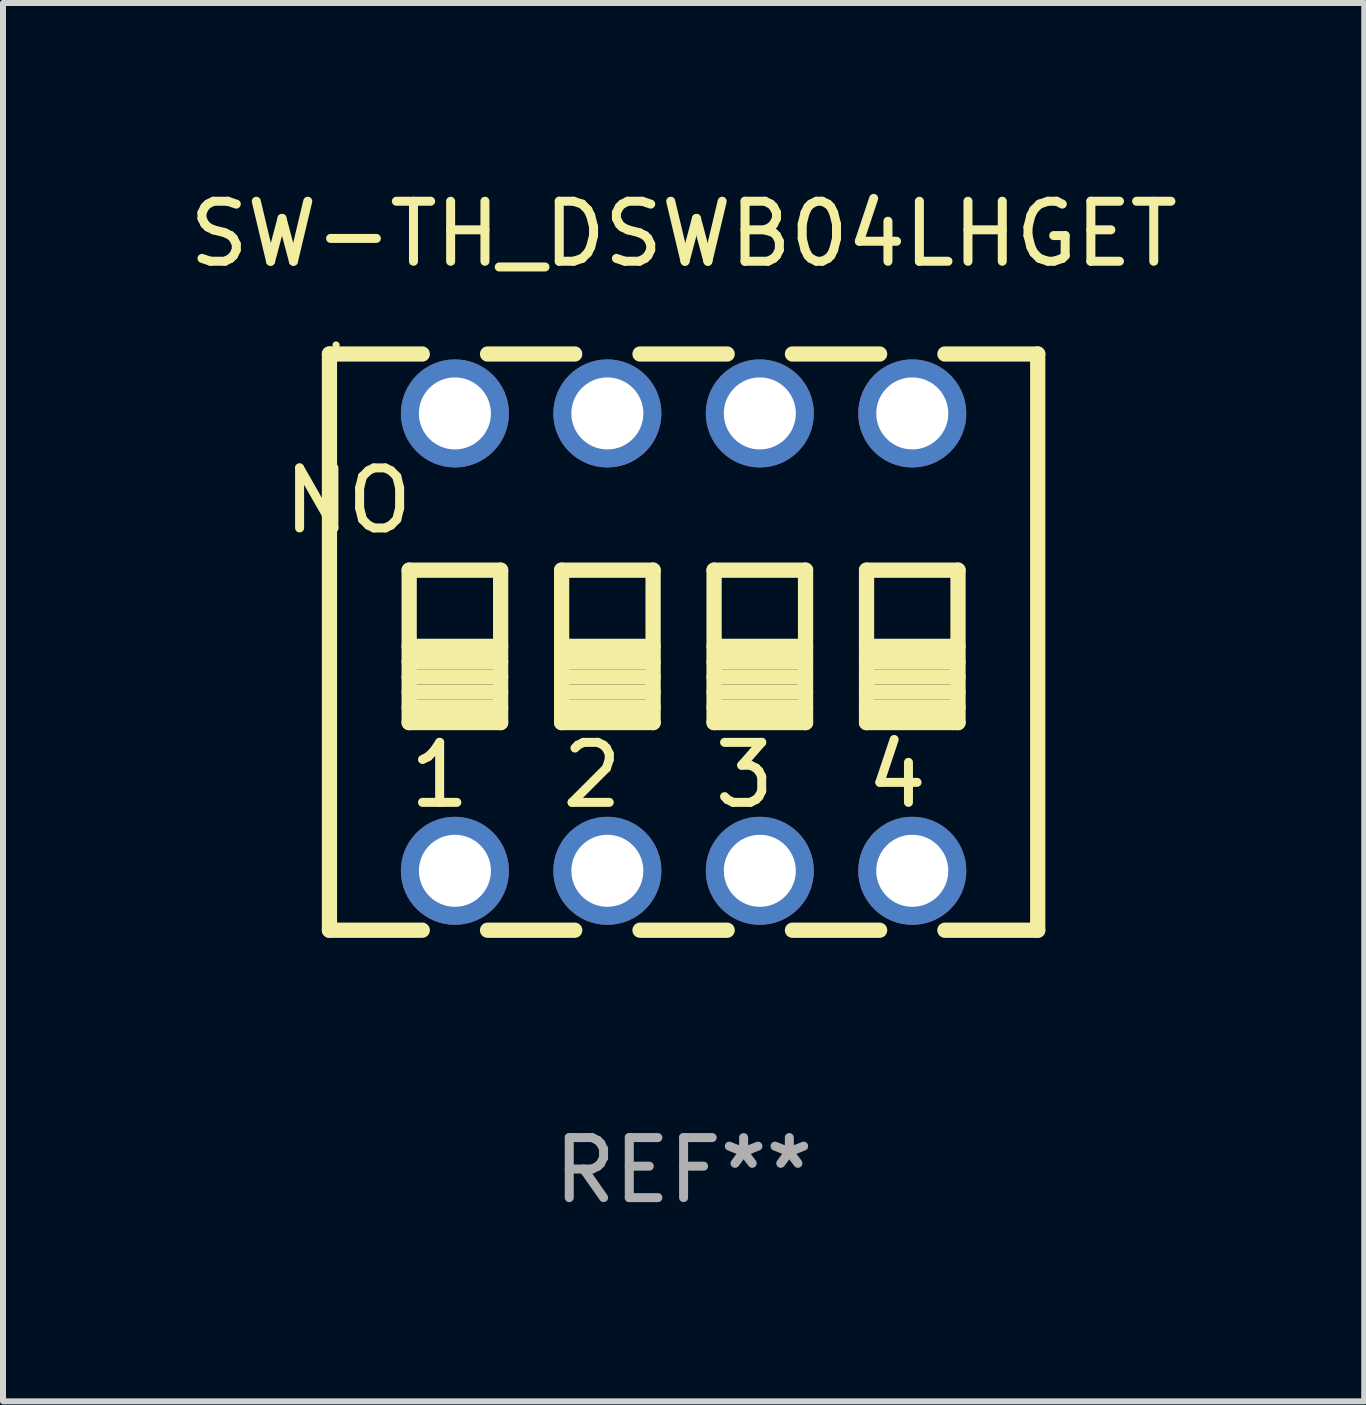
<source format=kicad_pcb>
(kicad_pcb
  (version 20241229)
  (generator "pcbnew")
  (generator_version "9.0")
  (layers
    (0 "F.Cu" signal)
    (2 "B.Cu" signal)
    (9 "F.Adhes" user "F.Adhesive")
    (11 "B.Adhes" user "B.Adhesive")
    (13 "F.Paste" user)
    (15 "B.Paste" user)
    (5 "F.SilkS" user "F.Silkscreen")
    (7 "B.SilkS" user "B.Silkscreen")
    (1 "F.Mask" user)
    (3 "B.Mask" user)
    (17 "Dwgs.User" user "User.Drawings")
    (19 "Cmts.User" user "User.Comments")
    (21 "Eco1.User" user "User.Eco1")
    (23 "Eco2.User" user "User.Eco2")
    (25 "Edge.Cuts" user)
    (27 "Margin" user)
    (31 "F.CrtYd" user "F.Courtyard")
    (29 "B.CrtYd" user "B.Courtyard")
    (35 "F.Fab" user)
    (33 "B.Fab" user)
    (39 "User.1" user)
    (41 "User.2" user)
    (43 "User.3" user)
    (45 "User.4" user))
  (footprint "SW-TH_DSWB04LHGET"
    (layer "F.Cu")
    (at 8.339 7.648)
    (property "Reference" "SW-TH_DSWB04LHGET" (at 0 -6.8 0) (layer "F.SilkS") (effects (font (size 1 1) (thickness 0.15))))
    (attr through_hole)
    (fp_line (start -5.9 -4.8) (end -4.354 -4.8) (stroke (width 0.254) (type solid)) (layer "F.SilkS"))
    (fp_line (start -5.9 4.8) (end -5.9 -4.8) (stroke (width 0.254) (type solid)) (layer "F.SilkS"))
    (fp_line (start -5.9 4.8) (end -4.354 4.8) (stroke (width 0.254) (type solid)) (layer "F.SilkS"))
    (fp_line (start -4.572 -1.199) (end -3.048 -1.199) (stroke (width 0.254) (type solid)) (layer "F.SilkS"))
    (fp_line (start -4.572 0.071) (end -3.048 0.071) (stroke (width 0.254) (type solid)) (layer "F.SilkS"))
    (fp_line (start -4.572 0.325) (end -3.048 0.325) (stroke (width 0.254) (type solid)) (layer "F.SilkS"))
    (fp_line (start -4.572 0.579) (end -3.048 0.579) (stroke (width 0.254) (type solid)) (layer "F.SilkS"))
    (fp_line (start -4.572 0.833) (end -3.048 0.833) (stroke (width 0.254) (type solid)) (layer "F.SilkS"))
    (fp_line (start -4.572 1.087) (end -3.048 1.087) (stroke (width 0.254) (type solid)) (layer "F.SilkS"))
    (fp_line (start -4.572 1.341) (end -4.572 -1.199) (stroke (width 0.254) (type solid)) (layer "F.SilkS"))
    (fp_line (start -3.266 4.8) (end -1.814 4.8) (stroke (width 0.254) (type solid)) (layer "F.SilkS"))
    (fp_line (start -3.266 -4.8) (end -1.814 -4.8) (stroke (width 0.254) (type solid)) (layer "F.SilkS"))
    (fp_line (start -3.048 -1.199) (end -3.048 1.341) (stroke (width 0.254) (type solid)) (layer "F.SilkS"))
    (fp_line (start -3.048 1.341) (end -4.572 1.341) (stroke (width 0.254) (type solid)) (layer "F.SilkS"))
    (fp_line (start -2.032 -1.199) (end -0.508 -1.199) (stroke (width 0.254) (type solid)) (layer "F.SilkS"))
    (fp_line (start -2.032 0.071) (end -0.508 0.071) (stroke (width 0.254) (type solid)) (layer "F.SilkS"))
    (fp_line (start -2.032 0.325) (end -0.508 0.325) (stroke (width 0.254) (type solid)) (layer "F.SilkS"))
    (fp_line (start -2.032 0.579) (end -0.508 0.579) (stroke (width 0.254) (type solid)) (layer "F.SilkS"))
    (fp_line (start -2.032 0.833) (end -0.508 0.833) (stroke (width 0.254) (type solid)) (layer "F.SilkS"))
    (fp_line (start -2.032 1.087) (end -0.508 1.087) (stroke (width 0.254) (type solid)) (layer "F.SilkS"))
    (fp_line (start -2.032 1.341) (end -2.032 -1.199) (stroke (width 0.254) (type solid)) (layer "F.SilkS"))
    (fp_line (start -0.726 4.8) (end 0.726 4.8) (stroke (width 0.254) (type solid)) (layer "F.SilkS"))
    (fp_line (start -0.726 -4.8) (end 0.726 -4.8) (stroke (width 0.254) (type solid)) (layer "F.SilkS"))
    (fp_line (start -0.508 -1.199) (end -0.508 1.341) (stroke (width 0.254) (type solid)) (layer "F.SilkS"))
    (fp_line (start -0.508 1.341) (end -2.032 1.341) (stroke (width 0.254) (type solid)) (layer "F.SilkS"))
    (fp_line (start 0.508 -1.199) (end 2.032 -1.199) (stroke (width 0.254) (type solid)) (layer "F.SilkS"))
    (fp_line (start 0.508 0.071) (end 2.032 0.071) (stroke (width 0.254) (type solid)) (layer "F.SilkS"))
    (fp_line (start 0.508 0.325) (end 2.032 0.325) (stroke (width 0.254) (type solid)) (layer "F.SilkS"))
    (fp_line (start 0.508 0.579) (end 2.032 0.579) (stroke (width 0.254) (type solid)) (layer "F.SilkS"))
    (fp_line (start 0.508 0.833) (end 2.032 0.833) (stroke (width 0.254) (type solid)) (layer "F.SilkS"))
    (fp_line (start 0.508 1.087) (end 2.032 1.087) (stroke (width 0.254) (type solid)) (layer "F.SilkS"))
    (fp_line (start 0.508 1.341) (end 0.508 -1.199) (stroke (width 0.254) (type solid)) (layer "F.SilkS"))
    (fp_line (start 1.814 4.8) (end 3.266 4.8) (stroke (width 0.254) (type solid)) (layer "F.SilkS"))
    (fp_line (start 1.814 -4.8) (end 3.266 -4.8) (stroke (width 0.254) (type solid)) (layer "F.SilkS"))
    (fp_line (start 2.032 -1.199) (end 2.032 1.341) (stroke (width 0.254) (type solid)) (layer "F.SilkS"))
    (fp_line (start 2.032 1.341) (end 0.508 1.341) (stroke (width 0.254) (type solid)) (layer "F.SilkS"))
    (fp_line (start 3.048 -1.199) (end 4.572 -1.199) (stroke (width 0.254) (type solid)) (layer "F.SilkS"))
    (fp_line (start 3.048 0.071) (end 4.572 0.071) (stroke (width 0.254) (type solid)) (layer "F.SilkS"))
    (fp_line (start 3.048 0.325) (end 4.572 0.325) (stroke (width 0.254) (type solid)) (layer "F.SilkS"))
    (fp_line (start 3.048 0.579) (end 4.572 0.579) (stroke (width 0.254) (type solid)) (layer "F.SilkS"))
    (fp_line (start 3.048 0.833) (end 4.572 0.833) (stroke (width 0.254) (type solid)) (layer "F.SilkS"))
    (fp_line (start 3.048 1.087) (end 4.572 1.087) (stroke (width 0.254) (type solid)) (layer "F.SilkS"))
    (fp_line (start 3.048 1.341) (end 3.048 -1.199) (stroke (width 0.254) (type solid)) (layer "F.SilkS"))
    (fp_line (start 4.354 4.8) (end 5.9 4.8) (stroke (width 0.254) (type solid)) (layer "F.SilkS"))
    (fp_line (start 4.354 -4.8) (end 5.9 -4.8) (stroke (width 0.254) (type solid)) (layer "F.SilkS"))
    (fp_line (start 4.572 -1.199) (end 4.572 1.341) (stroke (width 0.254) (type solid)) (layer "F.SilkS"))
    (fp_line (start 4.572 1.341) (end 3.048 1.341) (stroke (width 0.254) (type solid)) (layer "F.SilkS"))
    (fp_line (start 5.9 -4.8) (end 5.9 4.8) (stroke (width 0.254) (type solid)) (layer "F.SilkS"))
    (fp_circle (center -5.79 -4.95) (end -5.76 -4.95) (stroke (width 0.06) (type solid)) (fill no) (layer "F.SilkS"))
    (fp_text user "NO" (at -5.588 -2.357 0) (layer "F.SilkS") (effects (font (size 1 1) (thickness 0.15))))
    (fp_text user "2" (at -1.524 2.215 0) (layer "F.SilkS") (effects (font (size 1 1) (thickness 0.15))))
    (fp_text user "1" (at -4.064 2.215 0) (layer "F.SilkS") (effects (font (size 1 1) (thickness 0.15))))
    (fp_text user "4" (at 3.556 2.215 0) (layer "F.SilkS") (effects (font (size 1 1) (thickness 0.15))))
    (fp_text user "3" (at 1.016 2.215 0) (layer "F.SilkS") (effects (font (size 1 1) (thickness 0.15))))
    (fp_text user "REF**" (at 0 8.8 0) (layer "F.Fab") (effects (font (size 1 1) (thickness 0.15))))
    (pad "1" thru_hole circle (at -3.81 -3.81) (size 1.8 1.8) (drill 1.2) (layers "*.Cu" "*.Mask"))
    (pad "2" thru_hole circle (at -1.27 -3.81) (size 1.8 1.8) (drill 1.2) (layers "*.Cu" "*.Mask"))
    (pad "3" thru_hole circle (at 1.27 -3.81) (size 1.8 1.8) (drill 1.2) (layers "*.Cu" "*.Mask"))
    (pad "4" thru_hole circle (at 3.81 -3.81) (size 1.8 1.8) (drill 1.2) (layers "*.Cu" "*.Mask"))
    (pad "5" thru_hole circle (at -3.81 3.81) (size 1.8 1.8) (drill 1.2) (layers "*.Cu" "*.Mask"))
    (pad "6" thru_hole circle (at -1.27 3.81) (size 1.8 1.8) (drill 1.2) (layers "*.Cu" "*.Mask"))
    (pad "7" thru_hole circle (at 1.27 3.81) (size 1.8 1.8) (drill 1.2) (layers "*.Cu" "*.Mask"))
    (pad "8" thru_hole circle (at 3.81 3.81) (size 1.8 1.8) (drill 1.2) (layers "*.Cu" "*.Mask")))
  (gr_rect
    (start -3 -3)
    (end 19.679 20.297)
    (stroke (width 0.1) (type default))
    (fill no)
    (layer "Edge.Cuts")))
</source>
